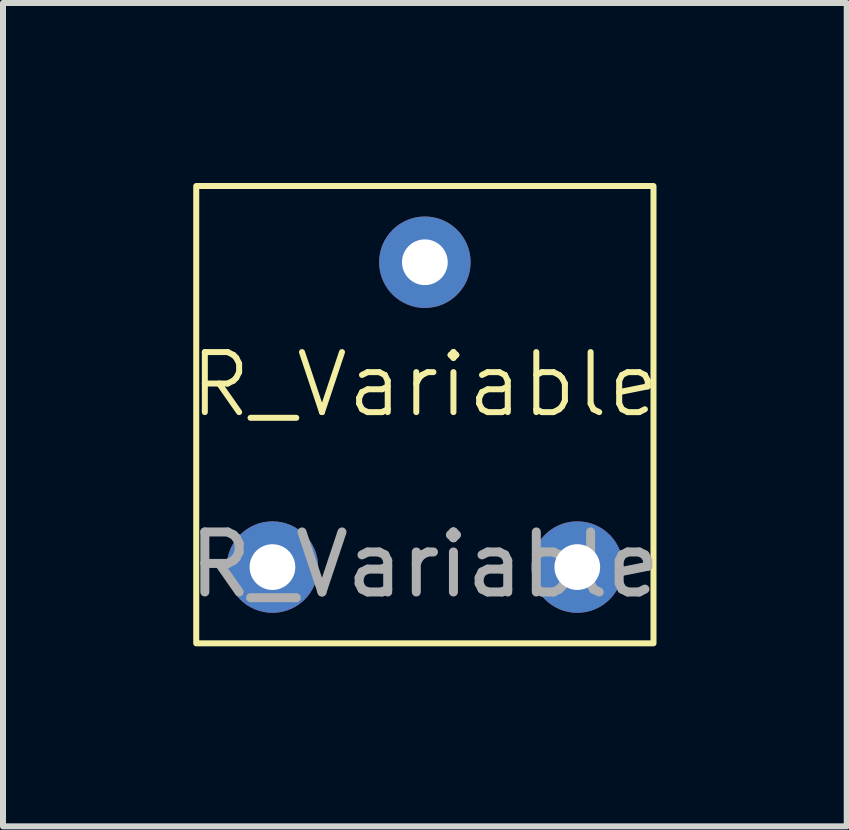
<source format=kicad_pcb>
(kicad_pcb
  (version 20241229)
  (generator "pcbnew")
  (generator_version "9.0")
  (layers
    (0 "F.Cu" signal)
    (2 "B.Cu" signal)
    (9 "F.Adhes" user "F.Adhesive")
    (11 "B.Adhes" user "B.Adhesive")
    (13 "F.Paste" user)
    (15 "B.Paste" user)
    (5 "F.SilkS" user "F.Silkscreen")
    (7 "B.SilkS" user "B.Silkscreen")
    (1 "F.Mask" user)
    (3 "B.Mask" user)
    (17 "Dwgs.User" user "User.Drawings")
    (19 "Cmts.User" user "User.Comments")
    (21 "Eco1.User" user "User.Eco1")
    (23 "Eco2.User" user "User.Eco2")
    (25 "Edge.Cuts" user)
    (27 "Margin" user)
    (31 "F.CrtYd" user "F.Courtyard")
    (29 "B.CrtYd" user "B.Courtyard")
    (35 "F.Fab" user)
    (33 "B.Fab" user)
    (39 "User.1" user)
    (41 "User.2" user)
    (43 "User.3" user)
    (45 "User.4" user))
  (footprint "R_Variable"
    (layer "F.Cu")
    (at 4.03 3.86)
    (property "Reference" "R_Variable" (at 0 -0.5 0) (unlocked yes) (layer "F.SilkS") (effects (font (size 1 1) (thickness 0.1))))
    (attr through_hole)
    (fp_rect (start -3.81 -3.81) (end 3.81 3.81) (stroke (width 0.1) (type default)) (fill no) (layer "F.SilkS"))
    (fp_text user "${REFERENCE}" (at 0 2.5 0) (unlocked yes) (layer "F.Fab") (effects (font (size 1 1) (thickness 0.15))))
    (pad "1" thru_hole circle (at 0 -2.54) (size 1.524 1.524) (drill 0.762) (layers "*.Cu" "*.Mask"))
    (pad "2" thru_hole circle (at 2.54 2.54) (size 1.524 1.524) (drill 0.762) (layers "*.Cu" "*.Mask"))
    (pad "3" thru_hole circle (at -2.54 2.54) (size 1.524 1.524) (drill 0.762) (layers "*.Cu" "*.Mask")))
  (gr_rect
    (start -3 -3)
    (end 11.06 10.72)
    (stroke (width 0.1) (type default))
    (fill no)
    (layer "Edge.Cuts")))
</source>
